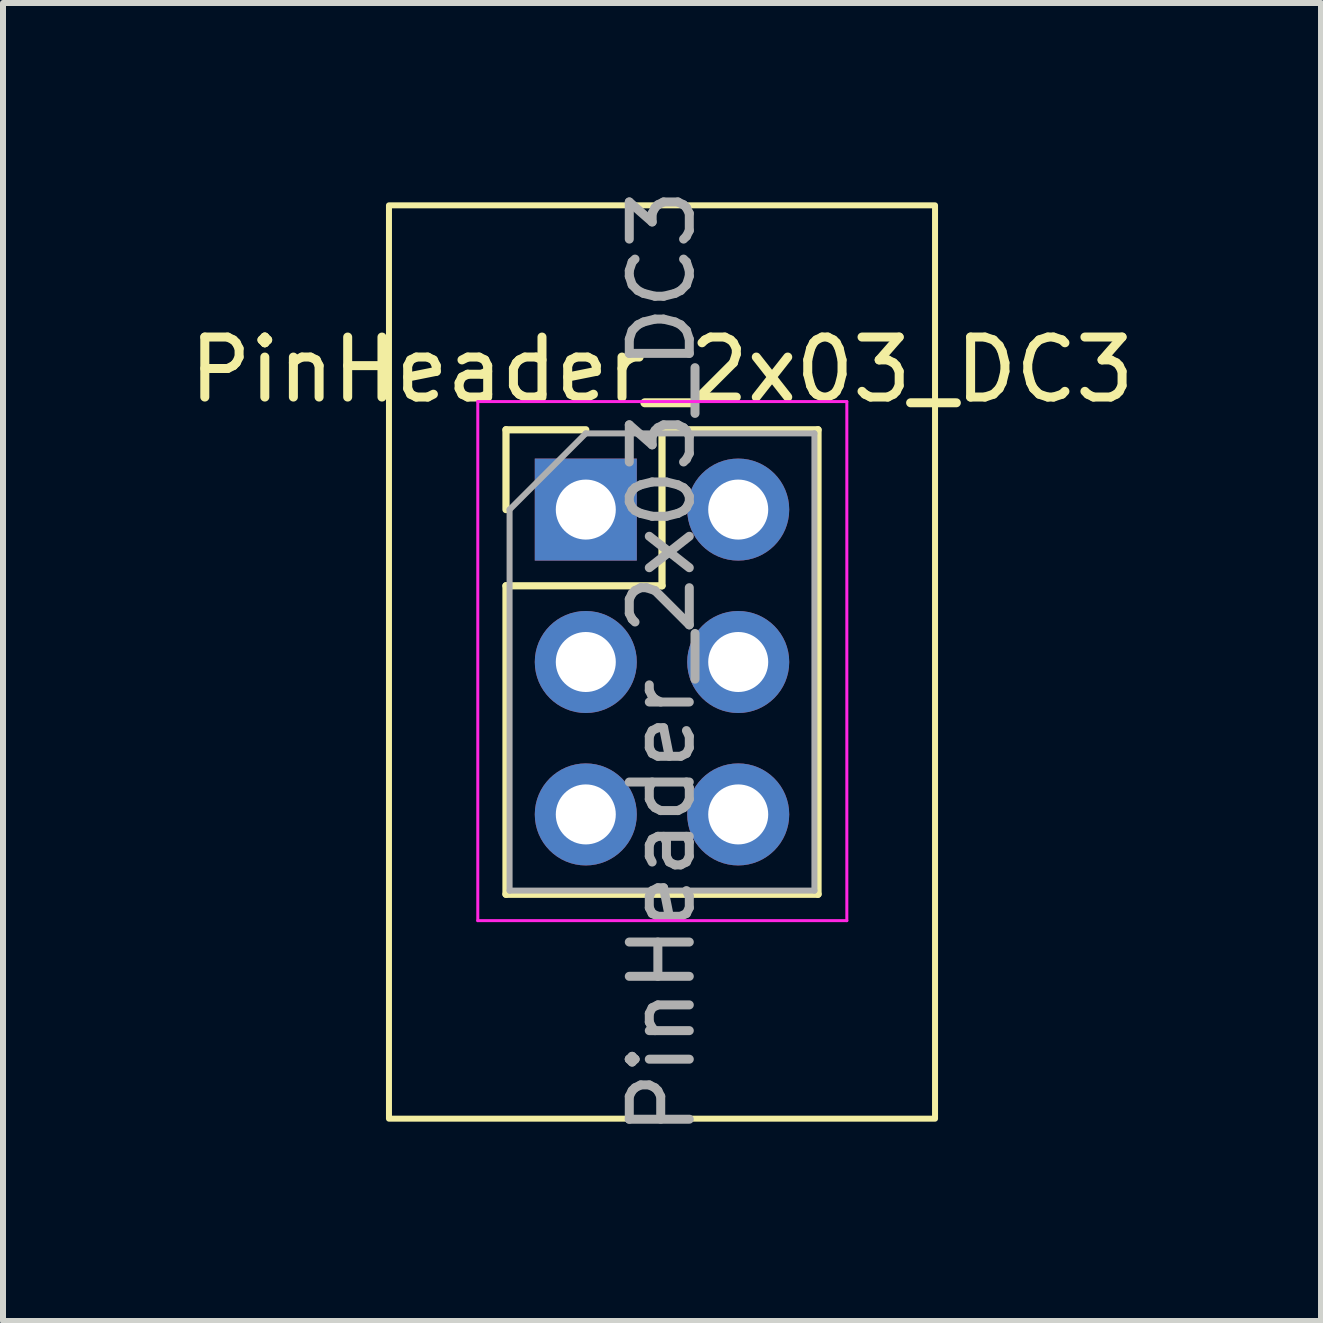
<source format=kicad_pcb>
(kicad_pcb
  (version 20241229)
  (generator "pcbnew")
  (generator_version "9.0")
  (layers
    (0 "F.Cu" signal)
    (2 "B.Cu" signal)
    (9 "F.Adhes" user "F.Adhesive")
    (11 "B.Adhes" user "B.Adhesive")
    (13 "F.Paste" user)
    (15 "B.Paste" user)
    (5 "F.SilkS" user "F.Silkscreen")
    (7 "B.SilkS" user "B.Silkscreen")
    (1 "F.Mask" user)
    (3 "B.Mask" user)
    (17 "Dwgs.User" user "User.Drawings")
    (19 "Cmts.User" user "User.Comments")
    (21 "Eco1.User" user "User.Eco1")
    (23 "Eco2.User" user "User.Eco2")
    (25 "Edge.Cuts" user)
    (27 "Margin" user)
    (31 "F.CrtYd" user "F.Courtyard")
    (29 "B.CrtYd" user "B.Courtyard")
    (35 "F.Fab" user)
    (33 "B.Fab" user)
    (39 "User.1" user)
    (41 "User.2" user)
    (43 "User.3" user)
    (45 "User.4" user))
  (footprint "PinHeader_2x03_DC3"
    (layer "F.Cu")
    (at 7.982 7.982)
    (property "Reference" "PinHeader_2x03_DC3" (at 0 -4.87 0) (layer "F.SilkS") (effects (font (size 1 1) (thickness 0.15))))
    (attr through_hole)
    (fp_line (start -2.6 -3.87) (end -1.27 -3.87) (stroke (width 0.12) (type solid)) (layer "F.SilkS"))
    (fp_line (start -2.6 -2.54) (end -2.6 -3.87) (stroke (width 0.12) (type solid)) (layer "F.SilkS"))
    (fp_line (start -2.6 -1.27) (end -2.6 3.87) (stroke (width 0.12) (type solid)) (layer "F.SilkS"))
    (fp_line (start -2.6 -1.27) (end 0 -1.27) (stroke (width 0.12) (type solid)) (layer "F.SilkS"))
    (fp_line (start -2.6 3.87) (end 2.6 3.87) (stroke (width 0.12) (type solid)) (layer "F.SilkS"))
    (fp_line (start 0 -3.87) (end 2.6 -3.87) (stroke (width 0.12) (type solid)) (layer "F.SilkS"))
    (fp_line (start 0 -1.27) (end 0 -3.87) (stroke (width 0.12) (type solid)) (layer "F.SilkS"))
    (fp_line (start 2.6 -3.87) (end 2.6 3.87) (stroke (width 0.12) (type solid)) (layer "F.SilkS"))
    (fp_rect (start -4.55 -7.61) (end 4.55 7.61) (stroke (width 0.1) (type default)) (fill no) (layer "F.SilkS"))
    (fp_line (start -3.07 -4.34) (end -3.07 4.31) (stroke (width 0.05) (type solid)) (layer "F.CrtYd"))
    (fp_line (start -3.07 4.31) (end 3.08 4.31) (stroke (width 0.05) (type solid)) (layer "F.CrtYd"))
    (fp_line (start 3.08 -4.34) (end -3.07 -4.34) (stroke (width 0.05) (type solid)) (layer "F.CrtYd"))
    (fp_line (start 3.08 4.31) (end 3.08 -4.34) (stroke (width 0.05) (type solid)) (layer "F.CrtYd"))
    (fp_line (start -2.54 -2.54) (end -1.27 -3.81) (stroke (width 0.1) (type solid)) (layer "F.Fab"))
    (fp_line (start -2.54 3.81) (end -2.54 -2.54) (stroke (width 0.1) (type solid)) (layer "F.Fab"))
    (fp_line (start -1.27 -3.81) (end 2.54 -3.81) (stroke (width 0.1) (type solid)) (layer "F.Fab"))
    (fp_line (start 2.54 -3.81) (end 2.54 3.81) (stroke (width 0.1) (type solid)) (layer "F.Fab"))
    (fp_line (start 2.54 3.81) (end -2.54 3.81) (stroke (width 0.1) (type solid)) (layer "F.Fab"))
    (fp_text user "${REFERENCE}" (at 0 0 90) (layer "F.Fab") (effects (font (size 1 1) (thickness 0.15))))
    (pad "1" thru_hole rect (at -1.27 -2.54) (size 1.7 1.7) (drill 1) (layers "*.Cu" "*.Mask"))
    (pad "2" thru_hole oval (at 1.27 -2.54) (size 1.7 1.7) (drill 1) (layers "*.Cu" "*.Mask"))
    (pad "3" thru_hole oval (at -1.27 0) (size 1.7 1.7) (drill 1) (layers "*.Cu" "*.Mask"))
    (pad "4" thru_hole oval (at 1.27 0) (size 1.7 1.7) (drill 1) (layers "*.Cu" "*.Mask"))
    (pad "5" thru_hole oval (at -1.27 2.54) (size 1.7 1.7) (drill 1) (layers "*.Cu" "*.Mask"))
    (pad "6" thru_hole oval (at 1.27 2.54) (size 1.7 1.7) (drill 1) (layers "*.Cu" "*.Mask")))
  (gr_rect
    (start -3 -3)
    (end 18.964 18.964)
    (stroke (width 0.1) (type default))
    (fill no)
    (layer "Edge.Cuts")))
</source>
